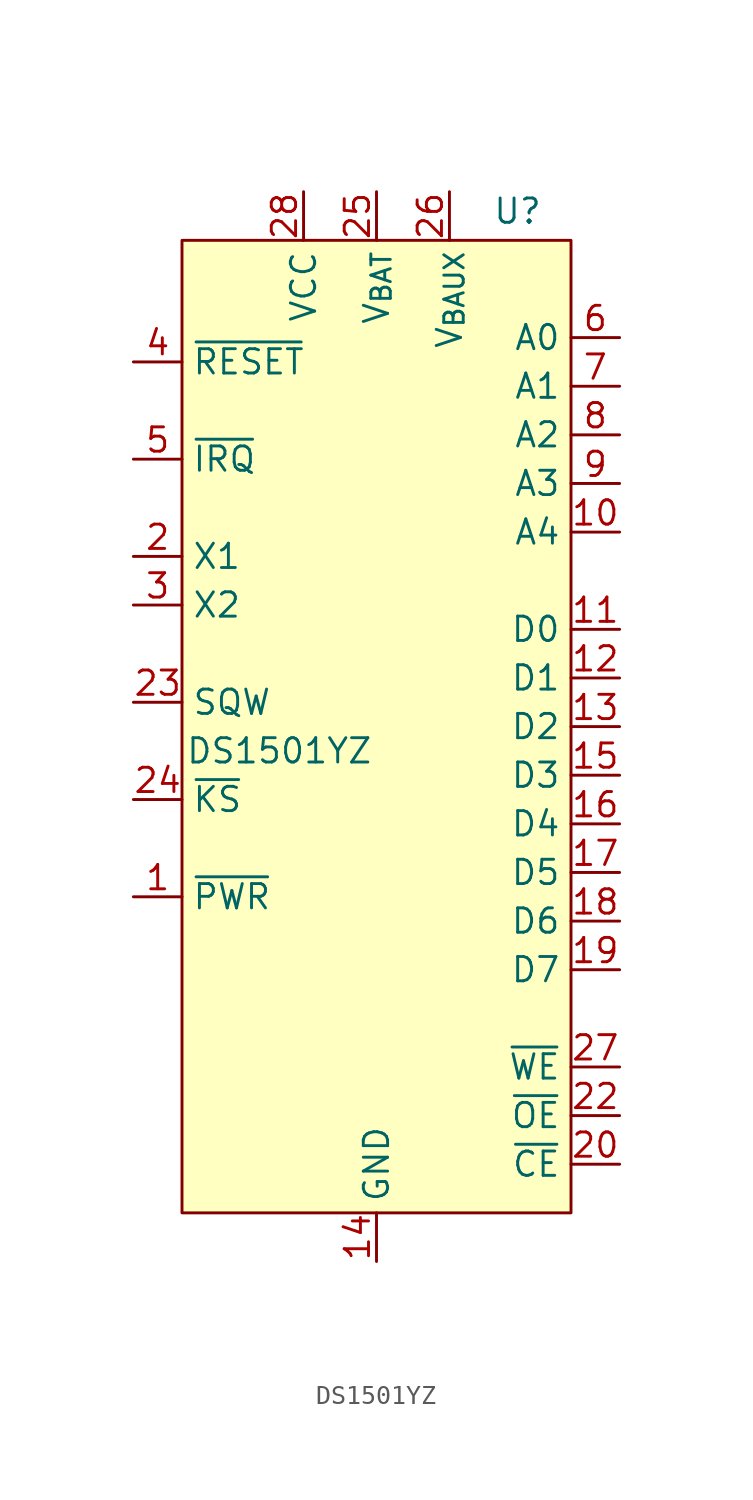
<source format=kicad_sym>
(kicad_symbol_lib
  (version 20231120)
  (generator "kicad_symbol_editor")
  (generator_version "8.0")
  (symbol "DS1501YZ"
    (property "Reference" "U"
      (at 7.366 28.194 0)
      (effects (font (size 1.27 1.27))))
    (property "Value" "DS1501YZ"
      (at -5.08 0 0)
      (effects (font (size 1.27 1.27))))
    (symbol "DS1501YZ_1_1"
      (rectangle (start -10.16 26.67) (end 10.16 -24.13) (stroke (width 0) (type default)) (fill (type background)))
      (pin open_collector line (at -12.7 -7.62 0) (length 2.54) (name "~{PWR}" (effects (font (size 1.27 1.27)))) (number "1" (effects (font (size 1.27 1.27)))))
      (pin input line (at 12.7 11.43 180) (length 2.54) (name "A4" (effects (font (size 1.27 1.27)))) (number "10" (effects (font (size 1.27 1.27)))))
      (pin bidirectional line (at 12.7 6.35 180) (length 2.54) (name "D0" (effects (font (size 1.27 1.27)))) (number "11" (effects (font (size 1.27 1.27)))))
      (pin bidirectional line (at 12.7 3.81 180) (length 2.54) (name "D1" (effects (font (size 1.27 1.27)))) (number "12" (effects (font (size 1.27 1.27)))))
      (pin bidirectional line (at 12.7 1.27 180) (length 2.54) (name "D2" (effects (font (size 1.27 1.27)))) (number "13" (effects (font (size 1.27 1.27)))))
      (pin power_in line (at 0 -26.67 90) (length 2.54) (name "GND" (effects (font (size 1.27 1.27)))) (number "14" (effects (font (size 1.27 1.27)))))
      (pin bidirectional line (at 12.7 -1.27 180) (length 2.54) (name "D3" (effects (font (size 1.27 1.27)))) (number "15" (effects (font (size 1.27 1.27)))))
      (pin bidirectional line (at 12.7 -3.81 180) (length 2.54) (name "D4" (effects (font (size 1.27 1.27)))) (number "16" (effects (font (size 1.27 1.27)))))
      (pin bidirectional line (at 12.7 -6.35 180) (length 2.54) (name "D5" (effects (font (size 1.27 1.27)))) (number "17" (effects (font (size 1.27 1.27)))))
      (pin bidirectional line (at 12.7 -8.89 180) (length 2.54) (name "D6" (effects (font (size 1.27 1.27)))) (number "18" (effects (font (size 1.27 1.27)))))
      (pin bidirectional line (at 12.7 -11.43 180) (length 2.54) (name "D7" (effects (font (size 1.27 1.27)))) (number "19" (effects (font (size 1.27 1.27)))))
      (pin input line (at -12.7 10.16 0) (length 2.54) (name "X1" (effects (font (size 1.27 1.27)))) (number "2" (effects (font (size 1.27 1.27)))))
      (pin input line (at 12.7 -21.59 180) (length 2.54) (name "~{CE}" (effects (font (size 1.27 1.27)))) (number "20" (effects (font (size 1.27 1.27)))))
      (pin power_in line (at 0 -26.67 90) (length 2.54) hide (name "GND" (effects (font (size 1.27 1.27)))) (number "21" (effects (font (size 1.27 1.27)))))
      (pin input line (at 12.7 -19.05 180) (length 2.54) (name "~{OE}" (effects (font (size 1.27 1.27)))) (number "22" (effects (font (size 1.27 1.27)))))
      (pin output line (at -12.7 2.54 0) (length 2.54) (name "SQW" (effects (font (size 1.27 1.27)))) (number "23" (effects (font (size 1.27 1.27)))))
      (pin input line (at -12.7 -2.54 0) (length 2.54) (name "~{KS}" (effects (font (size 1.27 1.27)))) (number "24" (effects (font (size 1.27 1.27)))))
      (pin power_in line (at 0 29.21 270) (length 2.54) (name "V_{BAT}" (effects (font (size 1.27 1.27)))) (number "25" (effects (font (size 1.27 1.27)))))
      (pin power_in line (at 3.81 29.21 270) (length 2.54) (name "V_{BAUX}" (effects (font (size 1.27 1.27)))) (number "26" (effects (font (size 1.27 1.27)))))
      (pin power_in line (at 12.7 -16.51 180) (length 2.54) (name "~{WE}" (effects (font (size 1.27 1.27)))) (number "27" (effects (font (size 1.27 1.27)))))
      (pin power_in line (at -3.81 29.21 270) (length 2.54) (name "VCC" (effects (font (size 1.27 1.27)))) (number "28" (effects (font (size 1.27 1.27)))))
      (pin output line (at -12.7 7.62 0) (length 2.54) (name "X2" (effects (font (size 1.27 1.27)))) (number "3" (effects (font (size 1.27 1.27)))))
      (pin input line (at -12.7 20.32 0) (length 2.54) (name "~{RESET}" (effects (font (size 1.27 1.27)))) (number "4" (effects (font (size 1.27 1.27)))))
      (pin open_collector line (at -12.7 15.24 0) (length 2.54) (name "~{IRQ}" (effects (font (size 1.27 1.27)))) (number "5" (effects (font (size 1.27 1.27)))))
      (pin input line (at 12.7 21.59 180) (length 2.54) (name "A0" (effects (font (size 1.27 1.27)))) (number "6" (effects (font (size 1.27 1.27)))))
      (pin input line (at 12.7 19.05 180) (length 2.54) (name "A1" (effects (font (size 1.27 1.27)))) (number "7" (effects (font (size 1.27 1.27)))))
      (pin input line (at 12.7 16.51 180) (length 2.54) (name "A2" (effects (font (size 1.27 1.27)))) (number "8" (effects (font (size 1.27 1.27)))))
      (pin input line (at 12.7 13.97 180) (length 2.54) (name "A3" (effects (font (size 1.27 1.27)))) (number "9" (effects (font (size 1.27 1.27))))))))
</source>
